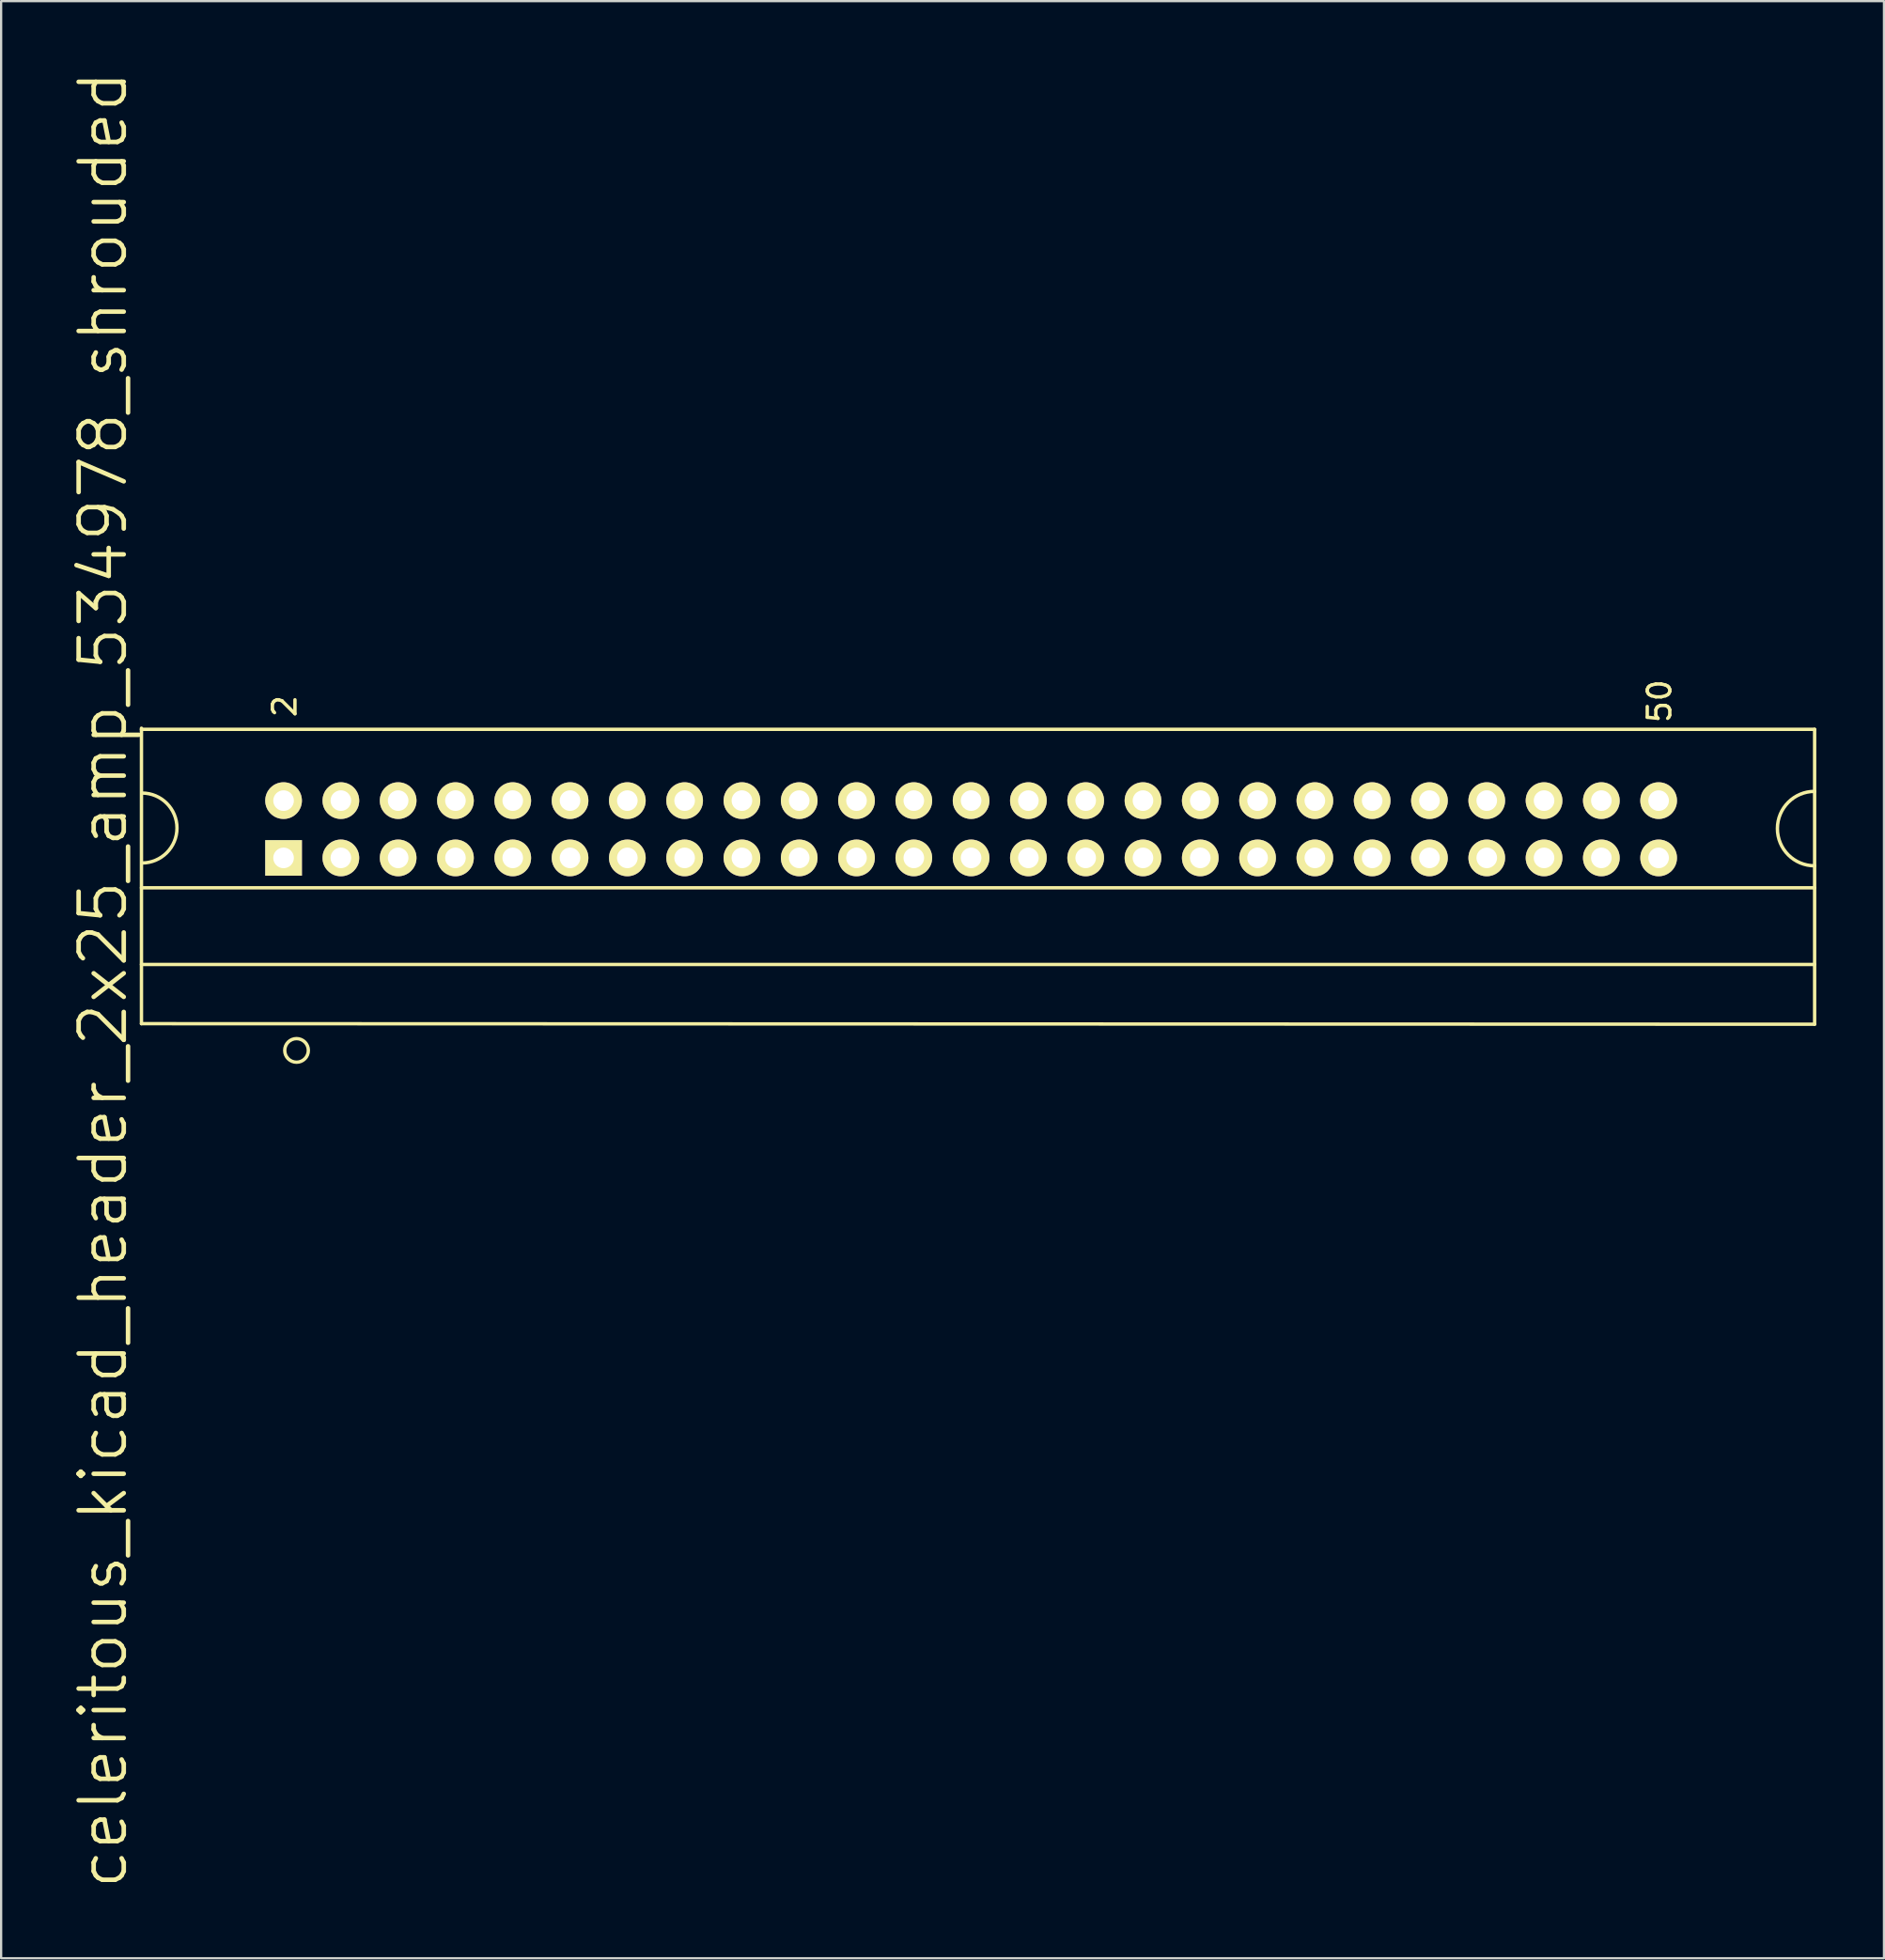
<source format=kicad_pcb>
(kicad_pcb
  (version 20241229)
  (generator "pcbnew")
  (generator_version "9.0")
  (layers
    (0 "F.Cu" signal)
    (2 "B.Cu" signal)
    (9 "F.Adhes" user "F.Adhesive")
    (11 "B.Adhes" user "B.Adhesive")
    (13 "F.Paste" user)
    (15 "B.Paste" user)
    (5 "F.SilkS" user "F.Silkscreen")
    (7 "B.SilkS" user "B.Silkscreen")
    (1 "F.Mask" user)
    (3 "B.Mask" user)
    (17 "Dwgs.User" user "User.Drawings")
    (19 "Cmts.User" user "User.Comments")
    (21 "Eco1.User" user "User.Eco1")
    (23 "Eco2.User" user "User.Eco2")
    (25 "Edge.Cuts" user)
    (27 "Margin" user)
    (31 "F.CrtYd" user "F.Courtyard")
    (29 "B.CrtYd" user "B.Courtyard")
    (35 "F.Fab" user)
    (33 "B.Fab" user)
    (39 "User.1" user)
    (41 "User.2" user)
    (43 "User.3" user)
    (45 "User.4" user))
  (footprint "celeritous_kicad_header_2x25_amp_534978_shrouded"
    (layer "F.Cu")
    (at 9.521 34.986)
    (property "Reference" "celeritous_kicad_header_2x25_amp_534978_shrouded" (at -8 5.4 90) (layer "F.SilkS") (effects (font (size 2 2) (thickness 0.2))))
    (attr through_hole)
    (fp_line (start -6.3 -5.75) (end -6.3 7.35) (stroke (width 0.15) (type solid)) (layer "F.SilkS"))
    (fp_line (start -6.3 4.725) (end 67.875 4.725) (stroke (width 0.15) (type solid)) (layer "F.SilkS"))
    (fp_line (start -6.3 7.35) (end 67.875 7.375) (stroke (width 0.15) (type solid)) (layer "F.SilkS"))
    (fp_line (start 67.875 -5.7) (end -6.3 -5.7) (stroke (width 0.15) (type solid)) (layer "F.SilkS"))
    (fp_line (start 67.875 1.325) (end -6.3 1.325) (stroke (width 0.15) (type solid)) (layer "F.SilkS"))
    (fp_line (start 67.875 7.375) (end 67.875 -5.7) (stroke (width 0.15) (type solid)) (layer "F.SilkS"))
    (fp_arc (start -6.275 -2.875) (mid -4.725 -1.325) (end -6.275 0.225) (stroke (width 0.15) (type solid)) (layer "F.SilkS"))
    (fp_arc (start 67.875 0.35) (mid 66.225 -1.3) (end 67.875 -2.95) (stroke (width 0.15) (type solid)) (layer "F.SilkS"))
    (fp_circle (center 0.575 8.535) (end 1.083 8.662) (stroke (width 0.15) (type solid)) (fill no) (layer "F.SilkS"))
    (fp_text user "2" (at 0.05 -6.725 90) (layer "F.SilkS") (effects (font (size 1 1) (thickness 0.15))))
    (fp_text user "50" (at 61 -6.95 90) (layer "F.SilkS") (effects (font (size 1 1) (thickness 0.15))))
    (pad "1" thru_hole rect (at 0 0) (size 1.626 1.575) (drill 0.914) (layers "*.Cu" "*.Mask" "F.SilkS"))
    (pad "2" thru_hole circle (at 0 -2.54) (size 1.626 1.626) (drill 0.914) (layers "*.Cu" "*.Mask" "F.SilkS"))
    (pad "3" thru_hole circle (at 2.54 0) (size 1.626 1.626) (drill 0.914) (layers "*.Cu" "*.Mask" "F.SilkS"))
    (pad "4" thru_hole circle (at 2.54 -2.54) (size 1.626 1.626) (drill 0.914) (layers "*.Cu" "*.Mask" "F.SilkS"))
    (pad "5" thru_hole circle (at 5.08 0) (size 1.626 1.626) (drill 0.914) (layers "*.Cu" "*.Mask" "F.SilkS"))
    (pad "6" thru_hole circle (at 5.08 -2.54) (size 1.626 1.626) (drill 0.914) (layers "*.Cu" "*.Mask" "F.SilkS"))
    (pad "7" thru_hole circle (at 7.62 0) (size 1.626 1.626) (drill 0.914) (layers "*.Cu" "*.Mask" "F.SilkS"))
    (pad "8" thru_hole circle (at 7.62 -2.54) (size 1.626 1.626) (drill 0.914) (layers "*.Cu" "*.Mask" "F.SilkS"))
    (pad "9" thru_hole circle (at 10.16 0) (size 1.626 1.626) (drill 0.914) (layers "*.Cu" "*.Mask" "F.SilkS"))
    (pad "10" thru_hole circle (at 10.16 -2.54) (size 1.626 1.626) (drill 0.914) (layers "*.Cu" "*.Mask" "F.SilkS"))
    (pad "11" thru_hole circle (at 12.7 0) (size 1.626 1.626) (drill 0.914) (layers "*.Cu" "*.Mask" "F.SilkS"))
    (pad "12" thru_hole circle (at 12.7 -2.54) (size 1.626 1.626) (drill 0.914) (layers "*.Cu" "*.Mask" "F.SilkS"))
    (pad "13" thru_hole circle (at 15.24 0) (size 1.626 1.626) (drill 0.914) (layers "*.Cu" "*.Mask" "F.SilkS"))
    (pad "14" thru_hole circle (at 15.24 -2.54) (size 1.626 1.626) (drill 0.914) (layers "*.Cu" "*.Mask" "F.SilkS"))
    (pad "15" thru_hole circle (at 17.78 0) (size 1.626 1.626) (drill 0.914) (layers "*.Cu" "*.Mask" "F.SilkS"))
    (pad "16" thru_hole circle (at 17.78 -2.54) (size 1.626 1.626) (drill 0.914) (layers "*.Cu" "*.Mask" "F.SilkS"))
    (pad "17" thru_hole circle (at 20.32 0) (size 1.626 1.626) (drill 0.914) (layers "*.Cu" "*.Mask" "F.SilkS"))
    (pad "18" thru_hole circle (at 20.32 -2.54) (size 1.626 1.626) (drill 0.914) (layers "*.Cu" "*.Mask" "F.SilkS"))
    (pad "19" thru_hole circle (at 22.86 0) (size 1.626 1.626) (drill 0.914) (layers "*.Cu" "*.Mask" "F.SilkS"))
    (pad "20" thru_hole circle (at 22.86 -2.54) (size 1.626 1.626) (drill 0.914) (layers "*.Cu" "*.Mask" "F.SilkS"))
    (pad "21" thru_hole circle (at 25.4 0) (size 1.626 1.626) (drill 0.914) (layers "*.Cu" "*.Mask" "F.SilkS"))
    (pad "22" thru_hole circle (at 25.4 -2.54) (size 1.626 1.626) (drill 0.914) (layers "*.Cu" "*.Mask" "F.SilkS"))
    (pad "23" thru_hole circle (at 27.94 0) (size 1.626 1.626) (drill 0.914) (layers "*.Cu" "*.Mask" "F.SilkS"))
    (pad "24" thru_hole circle (at 27.94 -2.54) (size 1.626 1.626) (drill 0.914) (layers "*.Cu" "*.Mask" "F.SilkS"))
    (pad "25" thru_hole circle (at 30.48 0) (size 1.626 1.626) (drill 0.914) (layers "*.Cu" "*.Mask" "F.SilkS"))
    (pad "26" thru_hole circle (at 30.48 -2.54) (size 1.626 1.626) (drill 0.914) (layers "*.Cu" "*.Mask" "F.SilkS"))
    (pad "27" thru_hole circle (at 33.02 0) (size 1.626 1.626) (drill 0.914) (layers "*.Cu" "*.Mask" "F.SilkS"))
    (pad "28" thru_hole circle (at 33.02 -2.54) (size 1.626 1.626) (drill 0.914) (layers "*.Cu" "*.Mask" "F.SilkS"))
    (pad "29" thru_hole circle (at 35.56 0) (size 1.626 1.626) (drill 0.914) (layers "*.Cu" "*.Mask" "F.SilkS"))
    (pad "30" thru_hole circle (at 35.56 -2.54) (size 1.626 1.626) (drill 0.914) (layers "*.Cu" "*.Mask" "F.SilkS"))
    (pad "31" thru_hole circle (at 38.1 0) (size 1.626 1.626) (drill 0.914) (layers "*.Cu" "*.Mask" "F.SilkS"))
    (pad "32" thru_hole circle (at 38.1 -2.54) (size 1.626 1.626) (drill 0.914) (layers "*.Cu" "*.Mask" "F.SilkS"))
    (pad "33" thru_hole circle (at 40.64 0) (size 1.626 1.626) (drill 0.914) (layers "*.Cu" "*.Mask" "F.SilkS"))
    (pad "34" thru_hole circle (at 40.64 -2.54) (size 1.626 1.626) (drill 0.914) (layers "*.Cu" "*.Mask" "F.SilkS"))
    (pad "35" thru_hole circle (at 43.18 0) (size 1.626 1.626) (drill 0.914) (layers "*.Cu" "*.Mask" "F.SilkS"))
    (pad "36" thru_hole circle (at 43.18 -2.54) (size 1.626 1.626) (drill 0.914) (layers "*.Cu" "*.Mask" "F.SilkS"))
    (pad "37" thru_hole circle (at 45.72 0) (size 1.626 1.626) (drill 0.914) (layers "*.Cu" "*.Mask" "F.SilkS"))
    (pad "38" thru_hole circle (at 45.72 -2.54) (size 1.626 1.626) (drill 0.914) (layers "*.Cu" "*.Mask" "F.SilkS"))
    (pad "39" thru_hole circle (at 48.26 0) (size 1.626 1.626) (drill 0.914) (layers "*.Cu" "*.Mask" "F.SilkS"))
    (pad "40" thru_hole circle (at 48.26 -2.54) (size 1.626 1.626) (drill 0.914) (layers "*.Cu" "*.Mask" "F.SilkS"))
    (pad "41" thru_hole circle (at 50.8 0) (size 1.626 1.626) (drill 0.914) (layers "*.Cu" "*.Mask" "F.SilkS"))
    (pad "42" thru_hole circle (at 50.8 -2.54) (size 1.626 1.626) (drill 0.914) (layers "*.Cu" "*.Mask" "F.SilkS"))
    (pad "43" thru_hole circle (at 53.34 0) (size 1.626 1.626) (drill 0.914) (layers "*.Cu" "*.Mask" "F.SilkS"))
    (pad "44" thru_hole circle (at 53.34 -2.54) (size 1.626 1.626) (drill 0.914) (layers "*.Cu" "*.Mask" "F.SilkS"))
    (pad "45" thru_hole circle (at 55.88 0) (size 1.626 1.626) (drill 0.914) (layers "*.Cu" "*.Mask" "F.SilkS"))
    (pad "46" thru_hole circle (at 55.88 -2.54) (size 1.626 1.626) (drill 0.914) (layers "*.Cu" "*.Mask" "F.SilkS"))
    (pad "47" thru_hole circle (at 58.42 0) (size 1.626 1.626) (drill 0.914) (layers "*.Cu" "*.Mask" "F.SilkS"))
    (pad "48" thru_hole circle (at 58.42 -2.54) (size 1.626 1.626) (drill 0.914) (layers "*.Cu" "*.Mask" "F.SilkS"))
    (pad "49" thru_hole circle (at 60.96 0) (size 1.626 1.626) (drill 0.914) (layers "*.Cu" "*.Mask" "F.SilkS"))
    (pad "50" thru_hole circle (at 60.96 -2.54) (size 1.626 1.626) (drill 0.914) (layers "*.Cu" "*.Mask" "F.SilkS")))
  (gr_rect
    (start -3 -3)
    (end 80.471 83.771)
    (stroke (width 0.1) (type default))
    (fill no)
    (layer "Edge.Cuts")))
</source>
